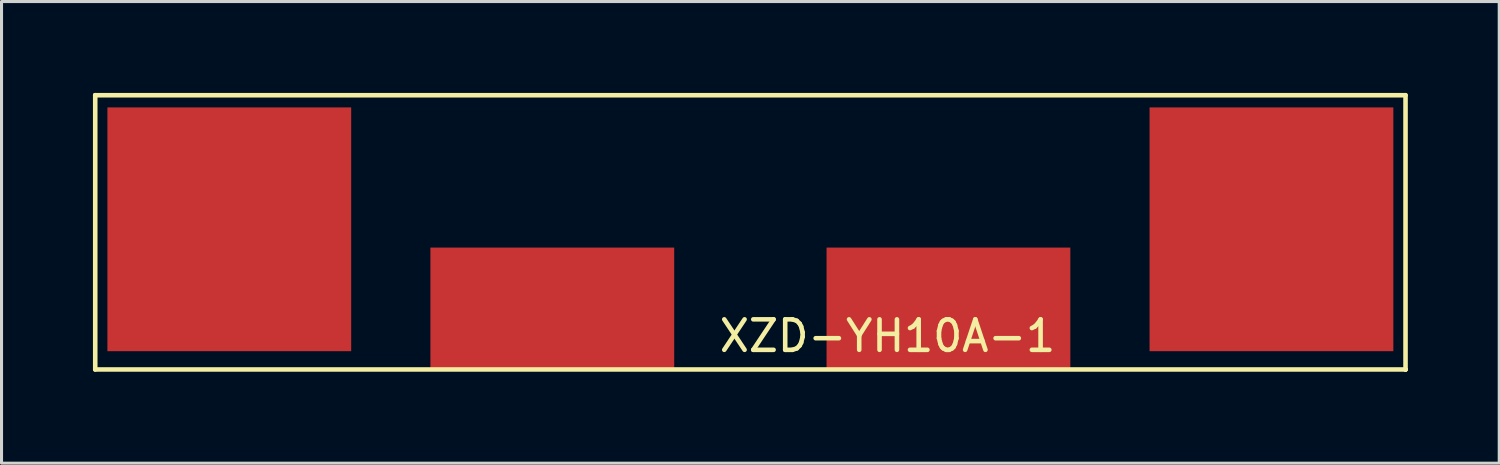
<source format=kicad_pcb>
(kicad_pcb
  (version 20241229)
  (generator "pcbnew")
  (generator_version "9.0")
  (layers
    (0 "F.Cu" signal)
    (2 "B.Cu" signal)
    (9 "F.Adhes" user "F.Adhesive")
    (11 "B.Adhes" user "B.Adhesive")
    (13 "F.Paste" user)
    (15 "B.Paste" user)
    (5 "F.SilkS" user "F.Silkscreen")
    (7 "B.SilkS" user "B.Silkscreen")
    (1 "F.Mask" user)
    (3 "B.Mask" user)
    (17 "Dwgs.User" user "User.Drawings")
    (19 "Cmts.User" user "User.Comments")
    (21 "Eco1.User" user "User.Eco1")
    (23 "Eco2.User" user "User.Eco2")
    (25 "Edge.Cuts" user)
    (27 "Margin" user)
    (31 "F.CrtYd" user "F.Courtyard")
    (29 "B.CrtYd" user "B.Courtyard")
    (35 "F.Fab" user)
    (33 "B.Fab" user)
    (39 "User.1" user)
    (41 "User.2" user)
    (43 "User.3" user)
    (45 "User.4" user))
  (footprint "XZD-YH10A-1"
    (layer "F.Cu")
    (at 22.075 4.075)
    (property "Reference" "XZD-YH10A-1" (at 4 3.9 0) (layer "F.SilkS") (effects (font (size 1 1) (thickness 0.15))))
    (attr through_hole)
    (fp_line (start -22 -4) (end -22 -4) (stroke (width 0.15) (type solid)) (layer "F.SilkS"))
    (fp_line (start -22 -4) (end -22 5) (stroke (width 0.15) (type solid)) (layer "F.SilkS"))
    (fp_line (start -22 -4) (end 21 -4) (stroke (width 0.15) (type solid)) (layer "F.SilkS"))
    (fp_line (start -22 5) (end 21 5) (stroke (width 0.15) (type solid)) (layer "F.SilkS"))
    (fp_line (start 21 -4) (end 21 5) (stroke (width 0.15) (type solid)) (layer "F.SilkS"))
    (fp_line (start 21 5) (end 21 5) (stroke (width 0.15) (type solid)) (layer "F.SilkS"))
    (fp_line (start 21 5) (end 21 5) (stroke (width 0.15) (type solid)) (layer "F.SilkS"))
    (pad "1" smd trapezoid (at 6 3) (size 8 4) (layers "F.Cu" "F.Mask" "F.Paste"))
    (pad "2" smd trapezoid (at -7 3) (size 8 4) (layers "F.Cu" "F.Mask" "F.Paste"))
    (pad "3" smd trapezoid (at -17.6 0.4) (size 8 8) (layers "F.Cu" "F.Mask" "F.Paste"))
    (pad "4" smd trapezoid (at 16.6 0.4) (size 8 8) (layers "F.Cu" "F.Mask" "F.Paste")))
  (gr_rect
    (start -3 -3)
    (end 46.15 12.15)
    (stroke (width 0.1) (type default))
    (fill no)
    (layer "Edge.Cuts")))
</source>
